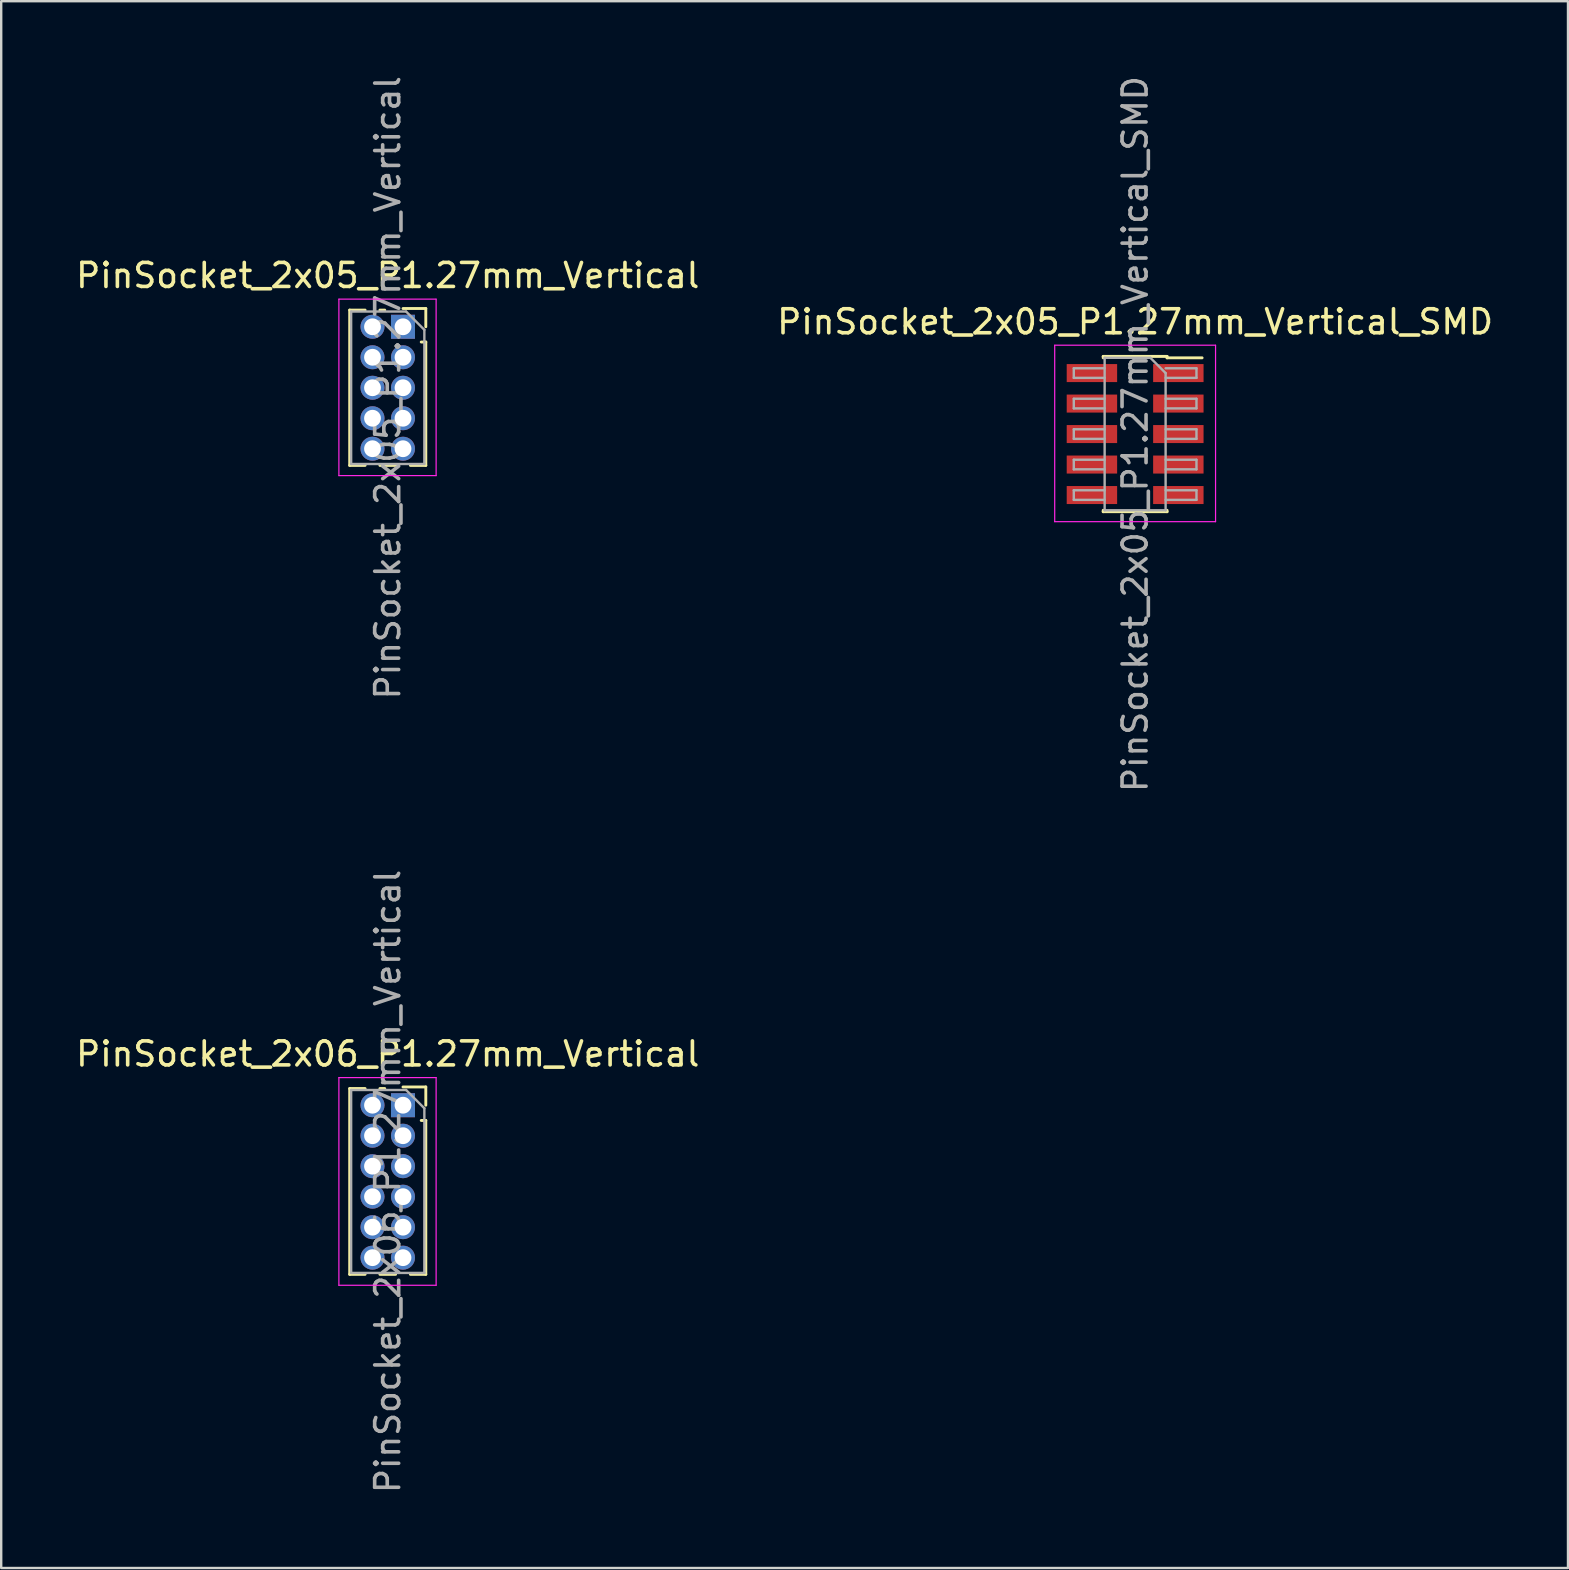
<source format=kicad_pcb>
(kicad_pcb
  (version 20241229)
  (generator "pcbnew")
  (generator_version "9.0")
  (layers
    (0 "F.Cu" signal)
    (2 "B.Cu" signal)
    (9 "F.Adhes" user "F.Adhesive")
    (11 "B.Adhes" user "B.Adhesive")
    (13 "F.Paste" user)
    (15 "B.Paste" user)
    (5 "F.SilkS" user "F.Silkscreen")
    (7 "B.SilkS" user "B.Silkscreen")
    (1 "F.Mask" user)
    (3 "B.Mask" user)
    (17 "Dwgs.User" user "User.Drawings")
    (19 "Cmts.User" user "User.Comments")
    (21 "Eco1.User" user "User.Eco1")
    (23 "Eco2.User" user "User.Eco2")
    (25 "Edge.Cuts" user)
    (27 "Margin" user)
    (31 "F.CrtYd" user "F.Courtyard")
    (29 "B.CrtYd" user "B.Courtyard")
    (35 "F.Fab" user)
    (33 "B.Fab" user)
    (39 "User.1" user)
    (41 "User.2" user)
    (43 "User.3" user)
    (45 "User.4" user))
  (footprint "PinSocket_2x05_P1.27mm_Vertical"
    (layer "F.Cu")
    (at 13.736 10.561)
    (property "Reference" "PinSocket_2x05_P1.27mm_Vertical" (at -0.635 -2.135 0) (layer "F.SilkS") (effects (font (size 1 1) (thickness 0.15))))
    (attr through_hole)
    (fp_line (start -2.22 -0.695) (end -2.22 5.775) (stroke (width 0.12) (type solid)) (layer "F.SilkS"))
    (fp_line (start -2.22 -0.695) (end -1.578 -0.695) (stroke (width 0.12) (type solid)) (layer "F.SilkS"))
    (fp_line (start -2.22 5.775) (end -1.578 5.775) (stroke (width 0.12) (type solid)) (layer "F.SilkS"))
    (fp_line (start -0.962 -0.695) (end -0.76 -0.695) (stroke (width 0.12) (type solid)) (layer "F.SilkS"))
    (fp_line (start -0.962 5.775) (end -0.308 5.775) (stroke (width 0.12) (type solid)) (layer "F.SilkS"))
    (fp_line (start 0 -0.76) (end 0.95 -0.76) (stroke (width 0.12) (type solid)) (layer "F.SilkS"))
    (fp_line (start 0.308 5.775) (end 0.95 5.775) (stroke (width 0.12) (type solid)) (layer "F.SilkS"))
    (fp_line (start 0.76 0.635) (end 0.95 0.635) (stroke (width 0.12) (type solid)) (layer "F.SilkS"))
    (fp_line (start 0.95 -0.76) (end 0.95 0) (stroke (width 0.12) (type solid)) (layer "F.SilkS"))
    (fp_line (start 0.95 0.635) (end 0.95 5.775) (stroke (width 0.12) (type solid)) (layer "F.SilkS"))
    (fp_line (start -2.67 -1.15) (end 1.38 -1.15) (stroke (width 0.05) (type solid)) (layer "F.CrtYd"))
    (fp_line (start -2.67 6.2) (end -2.67 -1.15) (stroke (width 0.05) (type solid)) (layer "F.CrtYd"))
    (fp_line (start 1.38 -1.15) (end 1.38 6.2) (stroke (width 0.05) (type solid)) (layer "F.CrtYd"))
    (fp_line (start 1.38 6.2) (end -2.67 6.2) (stroke (width 0.05) (type solid)) (layer "F.CrtYd"))
    (fp_line (start -2.16 -0.635) (end 0.128 -0.635) (stroke (width 0.1) (type solid)) (layer "F.Fab"))
    (fp_line (start -2.16 5.715) (end -2.16 -0.635) (stroke (width 0.1) (type solid)) (layer "F.Fab"))
    (fp_line (start 0.128 -0.635) (end 0.89 0.128) (stroke (width 0.1) (type solid)) (layer "F.Fab"))
    (fp_line (start 0.89 0.128) (end 0.89 5.715) (stroke (width 0.1) (type solid)) (layer "F.Fab"))
    (fp_line (start 0.89 5.715) (end -2.16 5.715) (stroke (width 0.1) (type solid)) (layer "F.Fab"))
    (fp_text user "${REFERENCE}" (at -0.635 2.54 90) (layer "F.Fab") (effects (font (size 1 1) (thickness 0.15))))
    (pad "1" thru_hole rect (at 0 0) (size 1 1) (drill 0.7) (layers "*.Cu" "*.Mask"))
    (pad "2" thru_hole oval (at -1.27 0) (size 1 1) (drill 0.7) (layers "*.Cu" "*.Mask"))
    (pad "3" thru_hole oval (at 0 1.27) (size 1 1) (drill 0.7) (layers "*.Cu" "*.Mask"))
    (pad "4" thru_hole oval (at -1.27 1.27) (size 1 1) (drill 0.7) (layers "*.Cu" "*.Mask"))
    (pad "5" thru_hole oval (at 0 2.54) (size 1 1) (drill 0.7) (layers "*.Cu" "*.Mask"))
    (pad "6" thru_hole oval (at -1.27 2.54) (size 1 1) (drill 0.7) (layers "*.Cu" "*.Mask"))
    (pad "7" thru_hole oval (at 0 3.81) (size 1 1) (drill 0.7) (layers "*.Cu" "*.Mask"))
    (pad "8" thru_hole oval (at -1.27 3.81) (size 1 1) (drill 0.7) (layers "*.Cu" "*.Mask"))
    (pad "9" thru_hole oval (at 0 5.08) (size 1 1) (drill 0.7) (layers "*.Cu" "*.Mask"))
    (pad "10" thru_hole oval (at -1.27 5.08) (size 1 1) (drill 0.7) (layers "*.Cu" "*.Mask")))
  (footprint "PinSocket_2x06_P1.27mm_Vertical"
    (layer "F.Cu")
    (at 13.736 42.986)
    (property "Reference" "PinSocket_2x06_P1.27mm_Vertical" (at -0.635 -2.135 0) (layer "F.SilkS") (effects (font (size 1 1) (thickness 0.15))))
    (attr through_hole)
    (fp_line (start -2.22 -0.695) (end -2.22 7.045) (stroke (width 0.12) (type solid)) (layer "F.SilkS"))
    (fp_line (start -2.22 -0.695) (end -1.578 -0.695) (stroke (width 0.12) (type solid)) (layer "F.SilkS"))
    (fp_line (start -2.22 7.045) (end -1.578 7.045) (stroke (width 0.12) (type solid)) (layer "F.SilkS"))
    (fp_line (start -0.962 -0.695) (end -0.76 -0.695) (stroke (width 0.12) (type solid)) (layer "F.SilkS"))
    (fp_line (start -0.962 7.045) (end -0.308 7.045) (stroke (width 0.12) (type solid)) (layer "F.SilkS"))
    (fp_line (start 0 -0.76) (end 0.95 -0.76) (stroke (width 0.12) (type solid)) (layer "F.SilkS"))
    (fp_line (start 0.308 7.045) (end 0.95 7.045) (stroke (width 0.12) (type solid)) (layer "F.SilkS"))
    (fp_line (start 0.76 0.635) (end 0.95 0.635) (stroke (width 0.12) (type solid)) (layer "F.SilkS"))
    (fp_line (start 0.95 -0.76) (end 0.95 0) (stroke (width 0.12) (type solid)) (layer "F.SilkS"))
    (fp_line (start 0.95 0.635) (end 0.95 7.045) (stroke (width 0.12) (type solid)) (layer "F.SilkS"))
    (fp_line (start -2.67 -1.15) (end 1.38 -1.15) (stroke (width 0.05) (type solid)) (layer "F.CrtYd"))
    (fp_line (start -2.67 7.5) (end -2.67 -1.15) (stroke (width 0.05) (type solid)) (layer "F.CrtYd"))
    (fp_line (start 1.38 -1.15) (end 1.38 7.5) (stroke (width 0.05) (type solid)) (layer "F.CrtYd"))
    (fp_line (start 1.38 7.5) (end -2.67 7.5) (stroke (width 0.05) (type solid)) (layer "F.CrtYd"))
    (fp_line (start -2.16 -0.635) (end 0.128 -0.635) (stroke (width 0.1) (type solid)) (layer "F.Fab"))
    (fp_line (start -2.16 6.985) (end -2.16 -0.635) (stroke (width 0.1) (type solid)) (layer "F.Fab"))
    (fp_line (start 0.128 -0.635) (end 0.89 0.128) (stroke (width 0.1) (type solid)) (layer "F.Fab"))
    (fp_line (start 0.89 0.128) (end 0.89 6.985) (stroke (width 0.1) (type solid)) (layer "F.Fab"))
    (fp_line (start 0.89 6.985) (end -2.16 6.985) (stroke (width 0.1) (type solid)) (layer "F.Fab"))
    (fp_text user "${REFERENCE}" (at -0.635 3.175 90) (layer "F.Fab") (effects (font (size 1 1) (thickness 0.15))))
    (pad "1" thru_hole rect (at 0 0) (size 1 1) (drill 0.7) (layers "*.Cu" "*.Mask"))
    (pad "2" thru_hole oval (at -1.27 0) (size 1 1) (drill 0.7) (layers "*.Cu" "*.Mask"))
    (pad "3" thru_hole oval (at 0 1.27) (size 1 1) (drill 0.7) (layers "*.Cu" "*.Mask"))
    (pad "4" thru_hole oval (at -1.27 1.27) (size 1 1) (drill 0.7) (layers "*.Cu" "*.Mask"))
    (pad "5" thru_hole oval (at 0 2.54) (size 1 1) (drill 0.7) (layers "*.Cu" "*.Mask"))
    (pad "6" thru_hole oval (at -1.27 2.54) (size 1 1) (drill 0.7) (layers "*.Cu" "*.Mask"))
    (pad "7" thru_hole oval (at 0 3.81) (size 1 1) (drill 0.7) (layers "*.Cu" "*.Mask"))
    (pad "8" thru_hole oval (at -1.27 3.81) (size 1 1) (drill 0.7) (layers "*.Cu" "*.Mask"))
    (pad "9" thru_hole oval (at 0 5.08) (size 1 1) (drill 0.7) (layers "*.Cu" "*.Mask"))
    (pad "10" thru_hole oval (at -1.27 5.08) (size 1 1) (drill 0.7) (layers "*.Cu" "*.Mask"))
    (pad "11" thru_hole oval (at 0 6.35) (size 1 1) (drill 0.7) (layers "*.Cu" "*.Mask"))
    (pad "12" thru_hole oval (at -1.27 6.35) (size 1 1) (drill 0.7) (layers "*.Cu" "*.Mask")))
  (footprint "PinSocket_2x05_P1.27mm_Vertical_SMD"
    (layer "F.Cu")
    (at 44.232 15.03)
    (property "Reference" "PinSocket_2x05_P1.27mm_Vertical_SMD" (at 0 -4.675 0) (layer "F.SilkS") (effects (font (size 1 1) (thickness 0.15))))
    (attr smd)
    (fp_line (start -1.33 -3.235) (end -1.33 -3.175) (stroke (width 0.12) (type solid)) (layer "F.SilkS"))
    (fp_line (start -1.33 -3.235) (end 1.33 -3.235) (stroke (width 0.12) (type solid)) (layer "F.SilkS"))
    (fp_line (start -1.33 3.175) (end -1.33 3.235) (stroke (width 0.12) (type solid)) (layer "F.SilkS"))
    (fp_line (start -1.33 3.235) (end 1.33 3.235) (stroke (width 0.12) (type solid)) (layer "F.SilkS"))
    (fp_line (start 1.33 -3.235) (end 1.33 -3.175) (stroke (width 0.12) (type solid)) (layer "F.SilkS"))
    (fp_line (start 1.33 -3.175) (end 2.79 -3.175) (stroke (width 0.12) (type solid)) (layer "F.SilkS"))
    (fp_line (start 1.33 3.175) (end 1.33 3.235) (stroke (width 0.12) (type solid)) (layer "F.SilkS"))
    (fp_line (start -3.35 -3.7) (end 3.35 -3.7) (stroke (width 0.05) (type solid)) (layer "F.CrtYd"))
    (fp_line (start -3.35 3.65) (end -3.35 -3.7) (stroke (width 0.05) (type solid)) (layer "F.CrtYd"))
    (fp_line (start 3.35 -3.7) (end 3.35 3.65) (stroke (width 0.05) (type solid)) (layer "F.CrtYd"))
    (fp_line (start 3.35 3.65) (end -3.35 3.65) (stroke (width 0.05) (type solid)) (layer "F.CrtYd"))
    (fp_line (start -2.555 -2.74) (end -1.27 -2.74) (stroke (width 0.1) (type solid)) (layer "F.Fab"))
    (fp_line (start -2.555 -2.34) (end -2.555 -2.74) (stroke (width 0.1) (type solid)) (layer "F.Fab"))
    (fp_line (start -2.555 -1.47) (end -1.27 -1.47) (stroke (width 0.1) (type solid)) (layer "F.Fab"))
    (fp_line (start -2.555 -1.07) (end -2.555 -1.47) (stroke (width 0.1) (type solid)) (layer "F.Fab"))
    (fp_line (start -2.555 -0.2) (end -1.27 -0.2) (stroke (width 0.1) (type solid)) (layer "F.Fab"))
    (fp_line (start -2.555 0.2) (end -2.555 -0.2) (stroke (width 0.1) (type solid)) (layer "F.Fab"))
    (fp_line (start -2.555 1.07) (end -1.27 1.07) (stroke (width 0.1) (type solid)) (layer "F.Fab"))
    (fp_line (start -2.555 1.47) (end -2.555 1.07) (stroke (width 0.1) (type solid)) (layer "F.Fab"))
    (fp_line (start -2.555 2.34) (end -1.27 2.34) (stroke (width 0.1) (type solid)) (layer "F.Fab"))
    (fp_line (start -2.555 2.74) (end -2.555 2.34) (stroke (width 0.1) (type solid)) (layer "F.Fab"))
    (fp_line (start -1.27 -3.175) (end 0.635 -3.175) (stroke (width 0.1) (type solid)) (layer "F.Fab"))
    (fp_line (start -1.27 -2.34) (end -2.555 -2.34) (stroke (width 0.1) (type solid)) (layer "F.Fab"))
    (fp_line (start -1.27 -1.07) (end -2.555 -1.07) (stroke (width 0.1) (type solid)) (layer "F.Fab"))
    (fp_line (start -1.27 0.2) (end -2.555 0.2) (stroke (width 0.1) (type solid)) (layer "F.Fab"))
    (fp_line (start -1.27 1.47) (end -2.555 1.47) (stroke (width 0.1) (type solid)) (layer "F.Fab"))
    (fp_line (start -1.27 2.74) (end -2.555 2.74) (stroke (width 0.1) (type solid)) (layer "F.Fab"))
    (fp_line (start -1.27 3.175) (end -1.27 -3.175) (stroke (width 0.1) (type solid)) (layer "F.Fab"))
    (fp_line (start 0.635 -3.175) (end 1.27 -2.54) (stroke (width 0.1) (type solid)) (layer "F.Fab"))
    (fp_line (start 1.27 -2.74) (end 2.555 -2.74) (stroke (width 0.1) (type solid)) (layer "F.Fab"))
    (fp_line (start 1.27 -2.54) (end 1.27 3.175) (stroke (width 0.1) (type solid)) (layer "F.Fab"))
    (fp_line (start 1.27 -1.47) (end 2.555 -1.47) (stroke (width 0.1) (type solid)) (layer "F.Fab"))
    (fp_line (start 1.27 -0.2) (end 2.555 -0.2) (stroke (width 0.1) (type solid)) (layer "F.Fab"))
    (fp_line (start 1.27 1.07) (end 2.555 1.07) (stroke (width 0.1) (type solid)) (layer "F.Fab"))
    (fp_line (start 1.27 2.34) (end 2.555 2.34) (stroke (width 0.1) (type solid)) (layer "F.Fab"))
    (fp_line (start 1.27 3.175) (end -1.27 3.175) (stroke (width 0.1) (type solid)) (layer "F.Fab"))
    (fp_line (start 2.555 -2.74) (end 2.555 -2.34) (stroke (width 0.1) (type solid)) (layer "F.Fab"))
    (fp_line (start 2.555 -2.34) (end 1.27 -2.34) (stroke (width 0.1) (type solid)) (layer "F.Fab"))
    (fp_line (start 2.555 -1.47) (end 2.555 -1.07) (stroke (width 0.1) (type solid)) (layer "F.Fab"))
    (fp_line (start 2.555 -1.07) (end 1.27 -1.07) (stroke (width 0.1) (type solid)) (layer "F.Fab"))
    (fp_line (start 2.555 -0.2) (end 2.555 0.2) (stroke (width 0.1) (type solid)) (layer "F.Fab"))
    (fp_line (start 2.555 0.2) (end 1.27 0.2) (stroke (width 0.1) (type solid)) (layer "F.Fab"))
    (fp_line (start 2.555 1.07) (end 2.555 1.47) (stroke (width 0.1) (type solid)) (layer "F.Fab"))
    (fp_line (start 2.555 1.47) (end 1.27 1.47) (stroke (width 0.1) (type solid)) (layer "F.Fab"))
    (fp_line (start 2.555 2.34) (end 2.555 2.74) (stroke (width 0.1) (type solid)) (layer "F.Fab"))
    (fp_line (start 2.555 2.74) (end 1.27 2.74) (stroke (width 0.1) (type solid)) (layer "F.Fab"))
    (fp_text user "${REFERENCE}" (at 0 0 90) (layer "F.Fab") (effects (font (size 1 1) (thickness 0.15))))
    (pad "1" smd rect (at 1.8 -2.54) (size 2.1 0.75) (layers "F.Cu" "F.Mask" "F.Paste"))
    (pad "2" smd rect (at -1.8 -2.54) (size 2.1 0.75) (layers "F.Cu" "F.Mask" "F.Paste"))
    (pad "3" smd rect (at 1.8 -1.27) (size 2.1 0.75) (layers "F.Cu" "F.Mask" "F.Paste"))
    (pad "4" smd rect (at -1.8 -1.27) (size 2.1 0.75) (layers "F.Cu" "F.Mask" "F.Paste"))
    (pad "5" smd rect (at 1.8 0) (size 2.1 0.75) (layers "F.Cu" "F.Mask" "F.Paste"))
    (pad "6" smd rect (at -1.8 0) (size 2.1 0.75) (layers "F.Cu" "F.Mask" "F.Paste"))
    (pad "7" smd rect (at 1.8 1.27) (size 2.1 0.75) (layers "F.Cu" "F.Mask" "F.Paste"))
    (pad "8" smd rect (at -1.8 1.27) (size 2.1 0.75) (layers "F.Cu" "F.Mask" "F.Paste"))
    (pad "9" smd rect (at 1.8 2.54) (size 2.1 0.75) (layers "F.Cu" "F.Mask" "F.Paste"))
    (pad "10" smd rect (at -1.8 2.54) (size 2.1 0.75) (layers "F.Cu" "F.Mask" "F.Paste")))
  (gr_rect
    (start -3 -3)
    (end 62.262 62.262)
    (stroke (width 0.1) (type default))
    (fill no)
    (layer "Edge.Cuts")))
</source>
